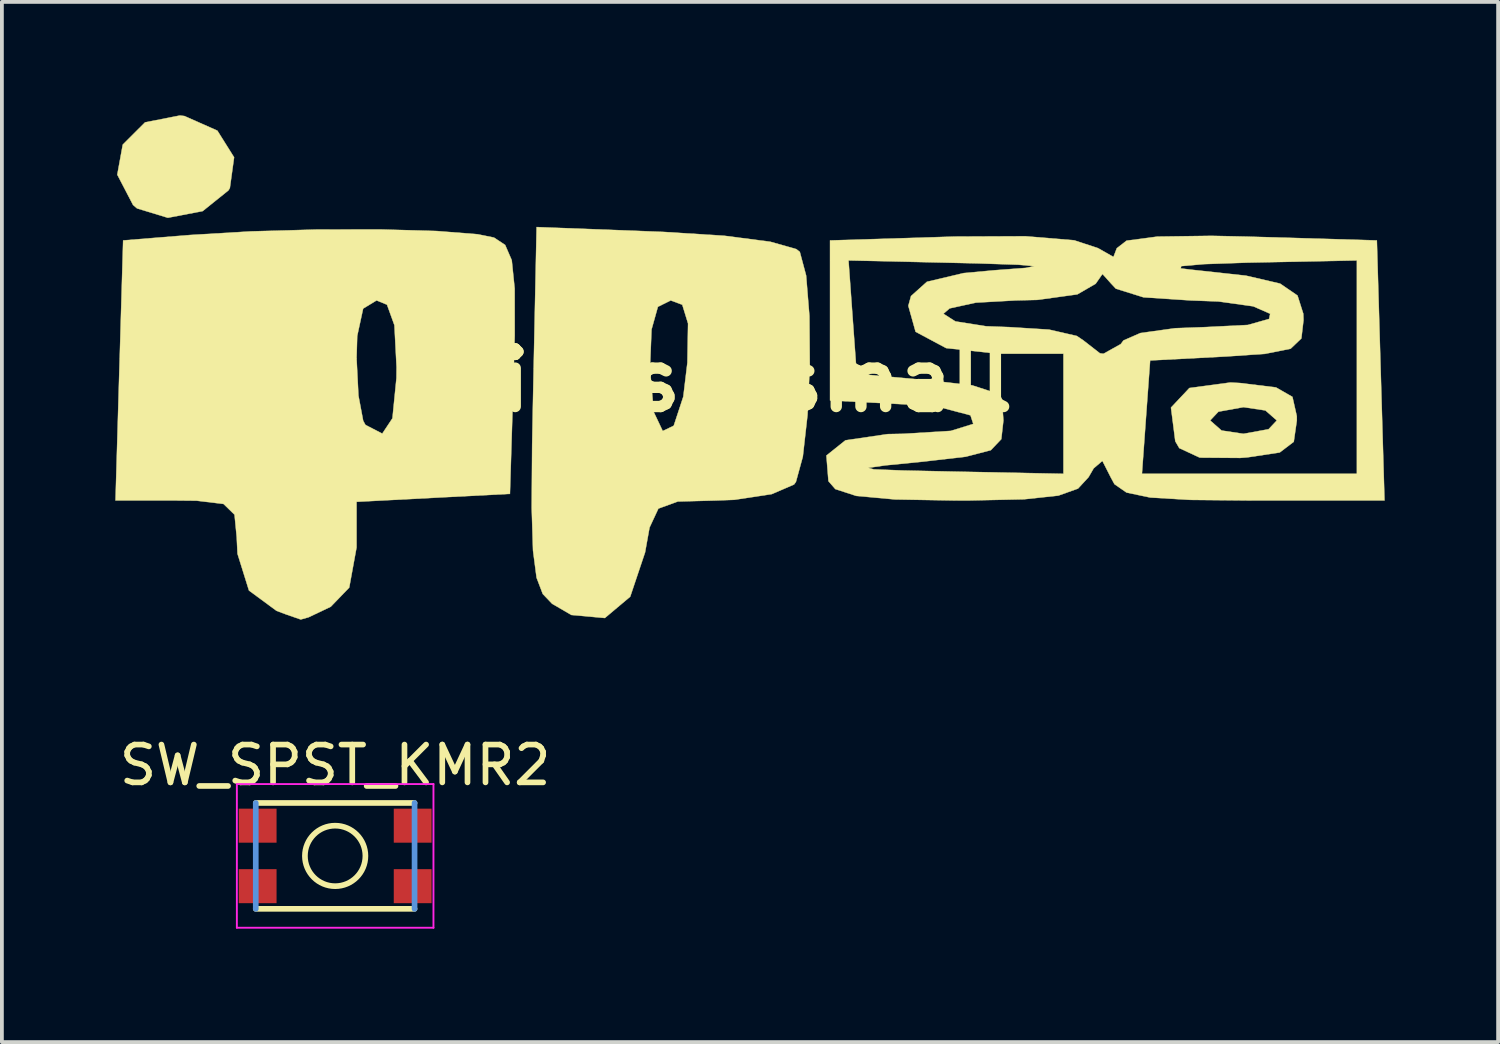
<source format=kicad_pcb>
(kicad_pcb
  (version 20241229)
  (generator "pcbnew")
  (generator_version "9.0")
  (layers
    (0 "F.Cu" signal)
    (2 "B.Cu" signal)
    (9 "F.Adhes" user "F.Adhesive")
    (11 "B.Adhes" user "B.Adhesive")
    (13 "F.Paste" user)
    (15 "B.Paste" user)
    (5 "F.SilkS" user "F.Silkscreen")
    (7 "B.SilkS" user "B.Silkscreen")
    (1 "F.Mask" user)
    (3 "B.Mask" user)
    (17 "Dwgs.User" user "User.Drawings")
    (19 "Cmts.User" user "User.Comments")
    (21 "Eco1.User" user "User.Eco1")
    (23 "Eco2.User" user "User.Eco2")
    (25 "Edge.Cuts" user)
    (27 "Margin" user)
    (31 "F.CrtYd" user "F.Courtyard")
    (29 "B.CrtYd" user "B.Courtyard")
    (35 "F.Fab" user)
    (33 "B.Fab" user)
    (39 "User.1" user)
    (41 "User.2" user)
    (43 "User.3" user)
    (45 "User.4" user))
  (footprint "ippsa_small"
    (layer "F.Cu")
    (at 16.964 7.013)
    (property "Reference" "ippsa_small" (at 0 0 0) (layer "F.SilkS") (effects (font (size 1.524 1.524) (thickness 0.3))))
    (attr through_hole)
    (fp_poly (pts (xy -15.137 -6.994) (xy -14.265 -6.608) (xy -13.822 -5.902) (xy -13.934 -5.091) (xy -13.972 -5.027) (xy -14.654 -4.479) (xy -15.575 -4.303) (xy -16.389 -4.551) (xy -16.495 -4.642) (xy -16.912 -5.443) (xy -16.767 -6.238) (xy -16.177 -6.827) (xy -15.256 -7.008) (xy -15.137 -6.994)) (stroke (width 0.01) (type solid)) (fill yes) (layer "F.SilkS"))
    (fp_poly (pts (xy 12.785 0.068) (xy 13.735 0.184) (xy 14.171 0.434) (xy 14.286 0.944) (xy 14.287 1.058) (xy 14.206 1.622) (xy 13.834 1.905) (xy 12.98 2.034) (xy 12.785 2.049) (xy 11.72 2.041) (xy 11.178 1.79) (xy 11.072 1.608) (xy 11.002 1.058) (xy 11.994 1.058) (xy 12.296 1.324) (xy 12.876 1.411) (xy 13.539 1.29) (xy 13.758 1.058) (xy 13.456 0.793) (xy 12.876 0.706) (xy 12.213 0.826) (xy 11.994 1.058) (xy 11.002 1.058) (xy 10.958 0.718) (xy 11.445 0.2) (xy 12.529 0.054) (xy 12.785 0.068)) (stroke (width 0.01) (type solid)) (fill yes) (layer "F.SilkS"))
    (fp_poly (pts (xy -2.469 -3.929) (xy -0.856 -3.827) (xy 0.36 -3.669) (xy 1.048 -3.474) (xy 1.141 -3.4) (xy 1.308 -2.776) (xy 1.395 -1.703) (xy 1.405 -0.399) (xy 1.345 0.913) (xy 1.221 2.014) (xy 1.038 2.683) (xy 0.988 2.752) (xy 0.399 3.006) (xy -0.594 3.157) (xy -1.084 3.175) (xy -2.088 3.202) (xy -2.6 3.389) (xy -2.834 3.891) (xy -2.952 4.548) (xy -3.345 5.719) (xy -4.016 6.283) (xy -4.901 6.203) (xy -5.411 5.906) (xy -5.658 5.647) (xy -5.822 5.217) (xy -5.916 4.497) (xy -5.951 3.367) (xy -5.939 1.707) (xy -5.92 0.702) (xy -5.899 -0.323) (xy -2.822 -0.323) (xy -2.723 0.834) (xy -2.485 1.337) (xy -2.194 1.198) (xy -1.941 0.429) (xy -1.833 -0.469) (xy -1.815 -1.506) (xy -1.968 -2.003) (xy -2.274 -2.117) (xy -2.613 -1.948) (xy -2.781 -1.348) (xy -2.822 -0.323) (xy -5.899 -0.323) (xy -5.821 -4.057) (xy -2.469 -3.929)) (stroke (width 0.01) (type solid)) (fill yes) (layer "F.SilkS"))
    (fp_poly (pts (xy -8.46 -3.952) (xy -7.381 -3.867) (xy -6.948 -3.779) (xy -6.653 -3.584) (xy -6.478 -3.18) (xy -6.401 -2.429) (xy -6.4 -1.189) (xy -6.425 -0.271) (xy -6.526 2.999) (xy -8.555 3.104) (xy -10.583 3.21) (xy -10.583 4.415) (xy -10.777 5.478) (xy -11.266 5.985) (xy -11.853 6.264) (xy -12.059 6.322) (xy -12.441 6.19) (xy -12.7 6.093) (xy -13.429 5.556) (xy -13.732 4.585) (xy -13.753 4.145) (xy -13.811 3.55) (xy -14.102 3.266) (xy -14.817 3.18) (xy -15.359 3.175) (xy -16.959 3.175) (xy -16.858 -0.265) (xy -16.848 -0.588) (xy -10.583 -0.588) (xy -10.533 0.402) (xy -10.408 1.066) (xy -10.348 1.176) (xy -9.903 1.406) (xy -9.634 1.001) (xy -9.528 -0.063) (xy -9.525 -0.353) (xy -9.582 -1.462) (xy -9.778 -2.004) (xy -10.054 -2.117) (xy -10.409 -1.901) (xy -10.566 -1.175) (xy -10.583 -0.588) (xy -16.848 -0.588) (xy -16.757 -3.704) (xy -14.993 -3.847) (xy -13.381 -3.943) (xy -11.636 -3.992) (xy -9.937 -3.994) (xy -8.46 -3.952)) (stroke (width 0.01) (type solid)) (fill yes) (layer "F.SilkS"))
    (fp_poly (pts (xy 12.965 -3.805) (xy 16.404 -3.704) (xy 16.505 -0.265) (xy 16.606 3.175) (xy 13.103 3.175) (xy 11.469 3.159) (xy 10.407 3.096) (xy 9.783 2.965) (xy 9.463 2.743) (xy 9.363 2.558) (xy 9.318 2.469) (xy 10.19 2.469) (xy 15.875 2.469) (xy 15.875 -3.175) (xy 12.965 -3.116) (xy 11.835 -3.077) (xy 11.228 -3.024) (xy 11.217 -2.964) (xy 11.465 -2.933) (xy 12.941 -2.772) (xy 13.844 -2.562) (xy 14.305 -2.246) (xy 14.458 -1.764) (xy 14.464 -1.598) (xy 14.407 -1.111) (xy 14.123 -0.84) (xy 13.444 -0.704) (xy 12.435 -0.635) (xy 10.407 -0.529) (xy 10.298 0.97) (xy 10.19 2.469) (xy 9.318 2.469) (xy 9.144 2.127) (xy 8.913 2.325) (xy 8.778 2.558) (xy 8.499 2.86) (xy 7.978 3.046) (xy 7.071 3.143) (xy 5.634 3.174) (xy 5.263 3.175) (xy 3.655 3.147) (xy 2.633 3.053) (xy 2.08 2.873) (xy 1.898 2.663) (xy 1.844 1.986) (xy 2.348 1.583) (xy 3.464 1.419) (xy 3.881 1.411) (xy 5.134 1.334) (xy 5.729 1.149) (xy 5.655 0.922) (xy 4.904 0.723) (xy 3.979 0.635) (xy 1.94 0.529) (xy 1.94 -3.175) (xy 2.429 -3.175) (xy 2.537 -1.676) (xy 2.646 -0.176) (xy 4.586 0) (xy 5.7 0.129) (xy 6.28 0.318) (xy 6.498 0.659) (xy 6.526 1.058) (xy 6.47 1.553) (xy 6.192 1.845) (xy 5.528 2.017) (xy 4.41 2.146) (xy 3.403 2.246) (xy 2.952 2.311) (xy 3.093 2.351) (xy 3.866 2.381) (xy 5.203 2.41) (xy 8.114 2.469) (xy 8.114 -0.706) (xy 6.393 -0.706) (xy 5.011 -0.856) (xy 4.203 -1.288) (xy 4.07 -1.764) (xy 4.939 -1.764) (xy 5.256 -1.562) (xy 6.066 -1.434) (xy 6.682 -1.411) (xy 7.734 -1.345) (xy 8.467 -1.177) (xy 8.643 -1.058) (xy 9.078 -0.719) (xy 9.172 -0.706) (xy 9.629 -0.961) (xy 9.701 -1.058) (xy 10.149 -1.254) (xy 11.069 -1.382) (xy 11.86 -1.411) (xy 12.992 -1.468) (xy 13.553 -1.627) (xy 13.582 -1.764) (xy 13.133 -1.961) (xy 12.216 -2.089) (xy 11.474 -2.117) (xy 10.232 -2.199) (xy 9.5 -2.428) (xy 9.378 -2.558) (xy 9.146 -2.817) (xy 8.966 -2.558) (xy 8.481 -2.277) (xy 7.425 -2.131) (xy 6.85 -2.117) (xy 5.796 -2.058) (xy 5.102 -1.906) (xy 4.939 -1.764) (xy 4.07 -1.764) (xy 4.011 -1.974) (xy 4.082 -2.232) (xy 4.503 -2.61) (xy 5.476 -2.84) (xy 6.293 -2.915) (xy 7.121 -2.977) (xy 7.34 -3.023) (xy 6.922 -3.061) (xy 5.837 -3.097) (xy 5.36 -3.108) (xy 2.429 -3.175) (xy 1.94 -3.175) (xy 1.94 -3.704) (xy 5.239 -3.806) (xy 7.113 -3.814) (xy 8.399 -3.707) (xy 9.031 -3.498) (xy 9.437 -3.267) (xy 9.525 -3.497) (xy 9.784 -3.698) (xy 10.599 -3.805) (xy 12.029 -3.825) (xy 12.965 -3.805)) (stroke (width 0.01) (type solid)) (fill yes) (layer "F.SilkS")))
  (footprint "SW_SPST_KMR2"
    (layer "F.Cu")
    (at 5.815 19.589)
    (property "Reference" "SW_SPST_KMR2" (at 0 -2.4 0) (layer "F.SilkS") (effects (font (size 1 1) (thickness 0.15))))
    (attr through_hole)
    (fp_line (start -2.1 1.4) (end 2.1 1.4) (stroke (width 0.15) (type solid)) (layer "F.SilkS"))
    (fp_line (start 2.1 -1.4) (end -2.1 -1.4) (stroke (width 0.15) (type solid)) (layer "F.SilkS"))
    (fp_circle (center 0 0) (end 0 0.8) (stroke (width 0.15) (type solid)) (fill no) (layer "F.SilkS"))
    (fp_line (start -2.1 -1.4) (end -2.1 1.4) (stroke (width 0.15) (type solid)) (layer "Cmts.User"))
    (fp_line (start 2.1 -1.4) (end 2.1 1.4) (stroke (width 0.15) (type solid)) (layer "Cmts.User"))
    (fp_line (start -2.6 -1.9) (end 2.6 -1.9) (stroke (width 0.05) (type solid)) (layer "F.CrtYd"))
    (fp_line (start -2.6 1.9) (end -2.6 -1.9) (stroke (width 0.05) (type solid)) (layer "F.CrtYd"))
    (fp_line (start 2.6 -1.9) (end 2.6 1.9) (stroke (width 0.05) (type solid)) (layer "F.CrtYd"))
    (fp_line (start 2.6 1.9) (end -2.6 1.9) (stroke (width 0.05) (type solid)) (layer "F.CrtYd"))
    (pad "1" smd rect (at -2.05 -0.8 90) (size 0.9 1) (layers "F.Cu" "F.Mask" "F.Paste"))
    (pad "1" smd rect (at 2.05 -0.8 90) (size 0.9 1) (layers "F.Cu" "F.Mask" "F.Paste"))
    (pad "2" smd rect (at -2.05 0.8 90) (size 0.9 1) (layers "F.Cu" "F.Mask" "F.Paste"))
    (pad "2" smd rect (at 2.05 0.8 90) (size 0.9 1) (layers "F.Cu" "F.Mask" "F.Paste")))
  (gr_rect
    (start -3 -3)
    (end 36.575 24.514)
    (stroke (width 0.1) (type default))
    (fill no)
    (layer "Edge.Cuts")))
</source>
